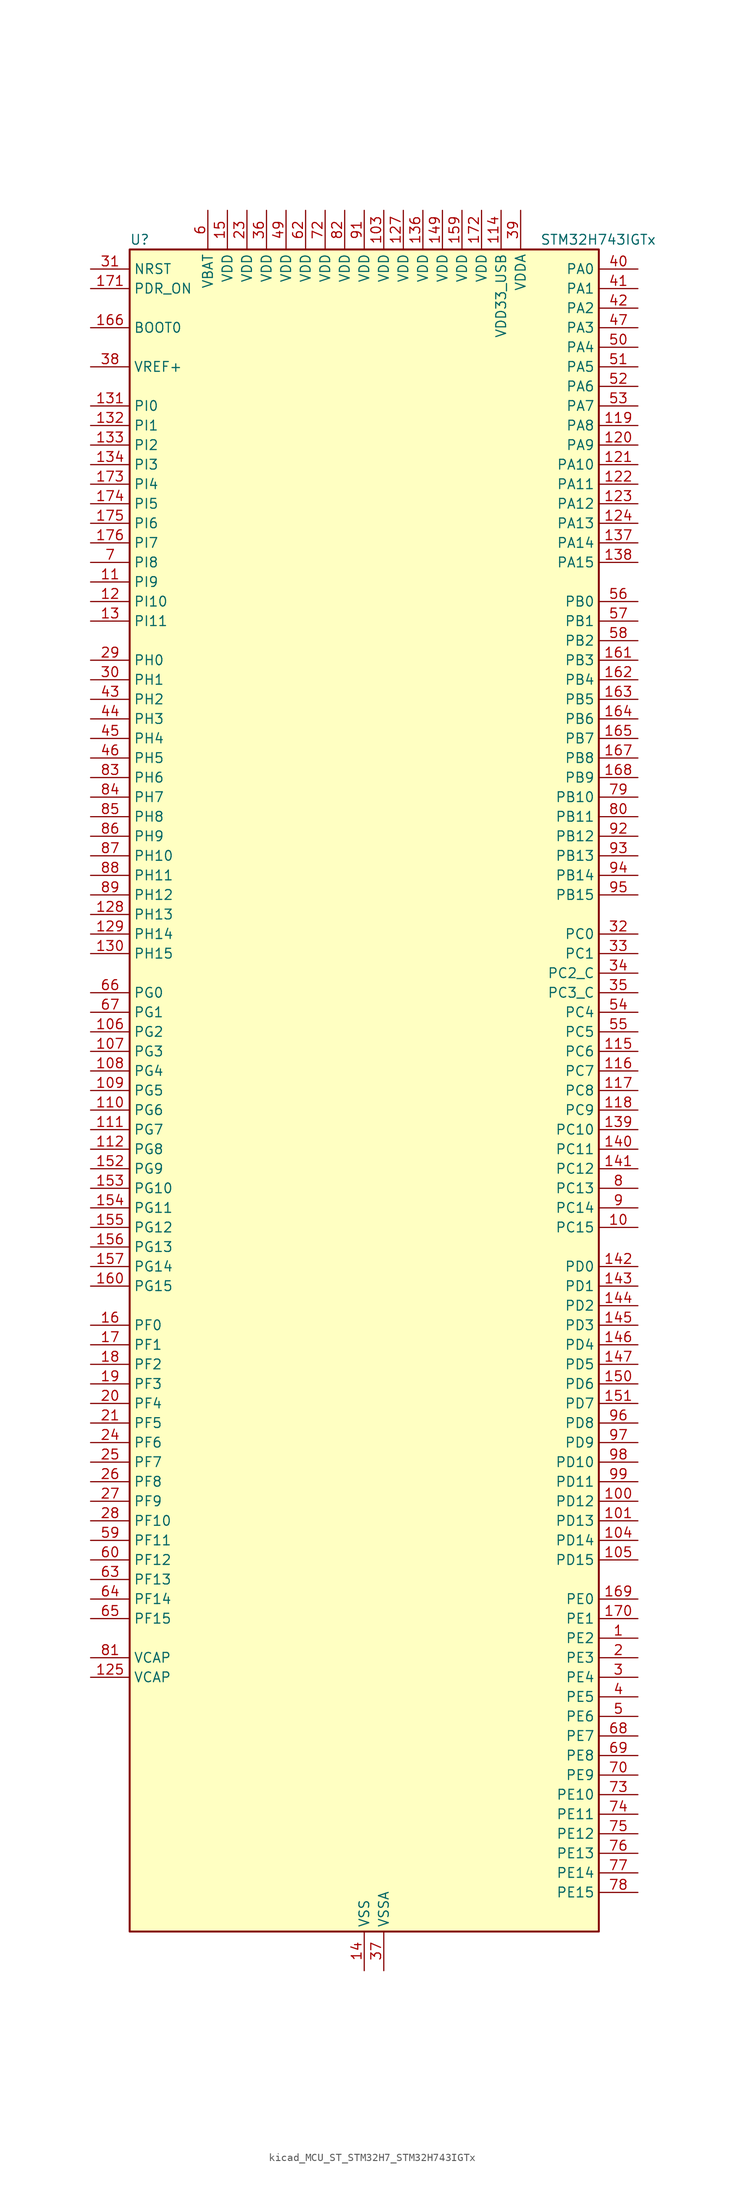
<source format=kicad_sym>
(kicad_symbol_lib
  (version 20220914)
  (generator kicad_symbol_editor)
  (symbol "kicad_MCU_ST_STM32H7_STM32H743IGTx"
    (property "Reference" "U"
      (at -30.48 110.49 0)
      (effects (font (size 1.27 1.27)) (justify left)))
    (property "Value" "STM32H743IGTx"
      (at 22.86 110.49 0)
      (effects (font (size 1.27 1.27)) (justify left)))
    (property "ki_locked" ""
      (at 0 0 0)
      (effects (font (size 1.27 1.27))))
    (symbol "kicad_MCU_ST_STM32H7_STM32H743IGTx_0_1"
      (rectangle (start -30.48 -109.22) (end 30.48 109.22) (stroke (width 0.254) (type default)) (fill (type background))))
    (symbol "kicad_MCU_ST_STM32H7_STM32H743IGTx_1_1"
      (pin bidirectional line (at 35.56 -71.12 180) (length 5.08) (name "PE2" (effects (font (size 1.27 1.27)))) (number "1" (effects (font (size 1.27 1.27)))) (alternate "DEBUG_TRACECLK" bidirectional line) (alternate "ETH_TXD3" bidirectional line) (alternate "FMC_A23" bidirectional line) (alternate "QUADSPI_BK1_IO2" bidirectional line) (alternate "SAI1_CK1" bidirectional line) (alternate "SAI1_MCLK_A" bidirectional line) (alternate "SAI4_CK1" bidirectional line) (alternate "SAI4_MCLK_A" bidirectional line) (alternate "SPI4_SCK" bidirectional line))
      (pin bidirectional line (at 35.56 -17.78 180) (length 5.08) (name "PC15" (effects (font (size 1.27 1.27)))) (number "10" (effects (font (size 1.27 1.27)))) (alternate "ADC1_EXTI15" bidirectional line) (alternate "ADC2_EXTI15" bidirectional line) (alternate "ADC3_EXTI15" bidirectional line) (alternate "RCC_OSC32_OUT" bidirectional line))
      (pin bidirectional line (at 35.56 -53.34 180) (length 5.08) (name "PD12" (effects (font (size 1.27 1.27)))) (number "100" (effects (font (size 1.27 1.27)))) (alternate "FMC_A17" bidirectional line) (alternate "FMC_ALE" bidirectional line) (alternate "I2C4_SCL" bidirectional line) (alternate "LPTIM1_IN1" bidirectional line) (alternate "LPTIM2_IN1" bidirectional line) (alternate "QUADSPI_BK1_IO1" bidirectional line) (alternate "SAI2_FS_A" bidirectional line) (alternate "TIM4_CH1" bidirectional line) (alternate "USART3_DE" bidirectional line) (alternate "USART3_RTS" bidirectional line))
      (pin bidirectional line (at 35.56 -55.88 180) (length 5.08) (name "PD13" (effects (font (size 1.27 1.27)))) (number "101" (effects (font (size 1.27 1.27)))) (alternate "FMC_A18" bidirectional line) (alternate "I2C4_SDA" bidirectional line) (alternate "LPTIM1_OUT" bidirectional line) (alternate "QUADSPI_BK1_IO3" bidirectional line) (alternate "SAI2_SCK_A" bidirectional line) (alternate "TIM4_CH2" bidirectional line))
      (pin passive line (at 0 -114.3 90) (length 5.08) hide (name "VSS" (effects (font (size 1.27 1.27)))) (number "102" (effects (font (size 1.27 1.27)))))
      (pin power_in line (at 2.54 114.3 270) (length 5.08) (name "VDD" (effects (font (size 1.27 1.27)))) (number "103" (effects (font (size 1.27 1.27)))))
      (pin bidirectional line (at 35.56 -58.42 180) (length 5.08) (name "PD14" (effects (font (size 1.27 1.27)))) (number "104" (effects (font (size 1.27 1.27)))) (alternate "FMC_D0" bidirectional line) (alternate "FMC_DA0" bidirectional line) (alternate "SAI3_MCLK_B" bidirectional line) (alternate "TIM4_CH3" bidirectional line) (alternate "UART8_CTS" bidirectional line))
      (pin bidirectional line (at 35.56 -60.96 180) (length 5.08) (name "PD15" (effects (font (size 1.27 1.27)))) (number "105" (effects (font (size 1.27 1.27)))) (alternate "ADC1_EXTI15" bidirectional line) (alternate "ADC2_EXTI15" bidirectional line) (alternate "ADC3_EXTI15" bidirectional line) (alternate "FMC_D1" bidirectional line) (alternate "FMC_DA1" bidirectional line) (alternate "SAI3_MCLK_A" bidirectional line) (alternate "TIM4_CH4" bidirectional line) (alternate "UART8_DE" bidirectional line) (alternate "UART8_RTS" bidirectional line))
      (pin bidirectional line (at -35.56 7.62 0) (length 5.08) (name "PG2" (effects (font (size 1.27 1.27)))) (number "106" (effects (font (size 1.27 1.27)))) (alternate "FMC_A12" bidirectional line) (alternate "TIM8_BKIN" bidirectional line) (alternate "TIM8_BKIN_COMP1" bidirectional line) (alternate "TIM8_BKIN_COMP2" bidirectional line))
      (pin bidirectional line (at -35.56 5.08 0) (length 5.08) (name "PG3" (effects (font (size 1.27 1.27)))) (number "107" (effects (font (size 1.27 1.27)))) (alternate "FMC_A13" bidirectional line) (alternate "TIM8_BKIN2" bidirectional line) (alternate "TIM8_BKIN2_COMP1" bidirectional line) (alternate "TIM8_BKIN2_COMP2" bidirectional line))
      (pin bidirectional line (at -35.56 2.54 0) (length 5.08) (name "PG4" (effects (font (size 1.27 1.27)))) (number "108" (effects (font (size 1.27 1.27)))) (alternate "FMC_A14" bidirectional line) (alternate "FMC_BA0" bidirectional line) (alternate "TIM1_BKIN2" bidirectional line) (alternate "TIM1_BKIN2_COMP1" bidirectional line) (alternate "TIM1_BKIN2_COMP2" bidirectional line))
      (pin bidirectional line (at -35.56 0 0) (length 5.08) (name "PG5" (effects (font (size 1.27 1.27)))) (number "109" (effects (font (size 1.27 1.27)))) (alternate "FMC_A15" bidirectional line) (alternate "FMC_BA1" bidirectional line) (alternate "TIM1_ETR" bidirectional line))
      (pin bidirectional line (at -35.56 66.04 0) (length 5.08) (name "PI9" (effects (font (size 1.27 1.27)))) (number "11" (effects (font (size 1.27 1.27)))) (alternate "DAC1_EXTI9" bidirectional line) (alternate "FDCAN1_RX" bidirectional line) (alternate "FMC_D30" bidirectional line) (alternate "LTDC_VSYNC" bidirectional line) (alternate "UART4_RX" bidirectional line))
      (pin bidirectional line (at -35.56 -2.54 0) (length 5.08) (name "PG6" (effects (font (size 1.27 1.27)))) (number "110" (effects (font (size 1.27 1.27)))) (alternate "DCMI_D12" bidirectional line) (alternate "FMC_NE3" bidirectional line) (alternate "HRTIM_CHE1" bidirectional line) (alternate "LTDC_R7" bidirectional line) (alternate "QUADSPI_BK1_NCS" bidirectional line) (alternate "TIM17_BKIN" bidirectional line))
      (pin bidirectional line (at -35.56 -5.08 0) (length 5.08) (name "PG7" (effects (font (size 1.27 1.27)))) (number "111" (effects (font (size 1.27 1.27)))) (alternate "DCMI_D13" bidirectional line) (alternate "FMC_INT" bidirectional line) (alternate "HRTIM_CHE2" bidirectional line) (alternate "LTDC_CLK" bidirectional line) (alternate "SAI1_MCLK_A" bidirectional line) (alternate "USART6_CK" bidirectional line))
      (pin bidirectional line (at -35.56 -7.62 0) (length 5.08) (name "PG8" (effects (font (size 1.27 1.27)))) (number "112" (effects (font (size 1.27 1.27)))) (alternate "ETH_PPS_OUT" bidirectional line) (alternate "FMC_SDCLK" bidirectional line) (alternate "LTDC_G7" bidirectional line) (alternate "SPDIFRX1_IN2" bidirectional line) (alternate "SPI6_NSS" bidirectional line) (alternate "TIM8_ETR" bidirectional line) (alternate "USART6_DE" bidirectional line) (alternate "USART6_RTS" bidirectional line))
      (pin passive line (at 0 -114.3 90) (length 5.08) hide (name "VSS" (effects (font (size 1.27 1.27)))) (number "113" (effects (font (size 1.27 1.27)))))
      (pin power_in line (at 17.78 114.3 270) (length 5.08) (name "VDD33_USB" (effects (font (size 1.27 1.27)))) (number "114" (effects (font (size 1.27 1.27)))))
      (pin bidirectional line (at 35.56 5.08 180) (length 5.08) (name "PC6" (effects (font (size 1.27 1.27)))) (number "115" (effects (font (size 1.27 1.27)))) (alternate "DCMI_D0" bidirectional line) (alternate "DFSDM1_CKIN3" bidirectional line) (alternate "FMC_NWAIT" bidirectional line) (alternate "HRTIM_CHA1" bidirectional line) (alternate "I2S2_MCK" bidirectional line) (alternate "LTDC_HSYNC" bidirectional line) (alternate "SDMMC1_D0DIR" bidirectional line) (alternate "SDMMC1_D6" bidirectional line) (alternate "SDMMC2_D6" bidirectional line) (alternate "SWPMI1_IO" bidirectional line) (alternate "TIM3_CH1" bidirectional line) (alternate "TIM8_CH1" bidirectional line) (alternate "USART6_TX" bidirectional line))
      (pin bidirectional line (at 35.56 2.54 180) (length 5.08) (name "PC7" (effects (font (size 1.27 1.27)))) (number "116" (effects (font (size 1.27 1.27)))) (alternate "DCMI_D1" bidirectional line) (alternate "DEBUG_TRGIO" bidirectional line) (alternate "DFSDM1_DATIN3" bidirectional line) (alternate "FMC_NE1" bidirectional line) (alternate "HRTIM_CHA2" bidirectional line) (alternate "I2S3_MCK" bidirectional line) (alternate "LTDC_G6" bidirectional line) (alternate "SDMMC1_D123DIR" bidirectional line) (alternate "SDMMC1_D7" bidirectional line) (alternate "SDMMC2_D7" bidirectional line) (alternate "SWPMI1_TX" bidirectional line) (alternate "TIM3_CH2" bidirectional line) (alternate "TIM8_CH2" bidirectional line) (alternate "USART6_RX" bidirectional line))
      (pin bidirectional line (at 35.56 0 180) (length 5.08) (name "PC8" (effects (font (size 1.27 1.27)))) (number "117" (effects (font (size 1.27 1.27)))) (alternate "DCMI_D2" bidirectional line) (alternate "DEBUG_TRACED1" bidirectional line) (alternate "FMC_NCE" bidirectional line) (alternate "FMC_NE2" bidirectional line) (alternate "HRTIM_CHB1" bidirectional line) (alternate "SDMMC1_D0" bidirectional line) (alternate "SWPMI1_RX" bidirectional line) (alternate "TIM3_CH3" bidirectional line) (alternate "TIM8_CH3" bidirectional line) (alternate "UART5_DE" bidirectional line) (alternate "UART5_RTS" bidirectional line) (alternate "USART6_CK" bidirectional line))
      (pin bidirectional line (at 35.56 -2.54 180) (length 5.08) (name "PC9" (effects (font (size 1.27 1.27)))) (number "118" (effects (font (size 1.27 1.27)))) (alternate "DAC1_EXTI9" bidirectional line) (alternate "DCMI_D3" bidirectional line) (alternate "I2C3_SDA" bidirectional line) (alternate "I2S_CKIN" bidirectional line) (alternate "LTDC_B2" bidirectional line) (alternate "LTDC_G3" bidirectional line) (alternate "QUADSPI_BK1_IO0" bidirectional line) (alternate "RCC_MCO_2" bidirectional line) (alternate "SDMMC1_D1" bidirectional line) (alternate "SWPMI1_SUSPEND" bidirectional line) (alternate "TIM3_CH4" bidirectional line) (alternate "TIM8_CH4" bidirectional line) (alternate "UART5_CTS" bidirectional line))
      (pin bidirectional line (at 35.56 86.36 180) (length 5.08) (name "PA8" (effects (font (size 1.27 1.27)))) (number "119" (effects (font (size 1.27 1.27)))) (alternate "HRTIM_CHB2" bidirectional line) (alternate "I2C3_SCL" bidirectional line) (alternate "LTDC_B3" bidirectional line) (alternate "LTDC_R6" bidirectional line) (alternate "RCC_MCO_1" bidirectional line) (alternate "TIM1_CH1" bidirectional line) (alternate "TIM8_BKIN2" bidirectional line) (alternate "TIM8_BKIN2_COMP1" bidirectional line) (alternate "TIM8_BKIN2_COMP2" bidirectional line) (alternate "UART7_RX" bidirectional line) (alternate "USART1_CK" bidirectional line) (alternate "USB_OTG_FS_SOF" bidirectional line))
      (pin bidirectional line (at -35.56 63.5 0) (length 5.08) (name "PI10" (effects (font (size 1.27 1.27)))) (number "12" (effects (font (size 1.27 1.27)))) (alternate "ETH_RX_ER" bidirectional line) (alternate "FMC_D31" bidirectional line) (alternate "LTDC_HSYNC" bidirectional line))
      (pin bidirectional line (at 35.56 83.82 180) (length 5.08) (name "PA9" (effects (font (size 1.27 1.27)))) (number "120" (effects (font (size 1.27 1.27)))) (alternate "DAC1_EXTI9" bidirectional line) (alternate "DCMI_D0" bidirectional line) (alternate "HRTIM_CHC1" bidirectional line) (alternate "I2C3_SMBA" bidirectional line) (alternate "I2S2_CK" bidirectional line) (alternate "LPUART1_TX" bidirectional line) (alternate "LTDC_R5" bidirectional line) (alternate "SPI2_SCK" bidirectional line) (alternate "TIM1_CH2" bidirectional line) (alternate "USART1_TX" bidirectional line) (alternate "USB_OTG_FS_VBUS" bidirectional line))
      (pin bidirectional line (at 35.56 81.28 180) (length 5.08) (name "PA10" (effects (font (size 1.27 1.27)))) (number "121" (effects (font (size 1.27 1.27)))) (alternate "DCMI_D1" bidirectional line) (alternate "HRTIM_CHC2" bidirectional line) (alternate "LPUART1_RX" bidirectional line) (alternate "LTDC_B1" bidirectional line) (alternate "LTDC_B4" bidirectional line) (alternate "MDIOS_MDIO" bidirectional line) (alternate "TIM1_CH3" bidirectional line) (alternate "USART1_RX" bidirectional line) (alternate "USB_OTG_FS_ID" bidirectional line))
      (pin bidirectional line (at 35.56 78.74 180) (length 5.08) (name "PA11" (effects (font (size 1.27 1.27)))) (number "122" (effects (font (size 1.27 1.27)))) (alternate "ADC1_EXTI11" bidirectional line) (alternate "ADC2_EXTI11" bidirectional line) (alternate "ADC3_EXTI11" bidirectional line) (alternate "FDCAN1_RX" bidirectional line) (alternate "HRTIM_CHD1" bidirectional line) (alternate "I2S2_WS" bidirectional line) (alternate "LPUART1_CTS" bidirectional line) (alternate "LTDC_R4" bidirectional line) (alternate "SPI2_NSS" bidirectional line) (alternate "TIM1_CH4" bidirectional line) (alternate "UART4_RX" bidirectional line) (alternate "USART1_CTS" bidirectional line) (alternate "USART1_NSS" bidirectional line) (alternate "USB_OTG_FS_DM" bidirectional line))
      (pin bidirectional line (at 35.56 76.2 180) (length 5.08) (name "PA12" (effects (font (size 1.27 1.27)))) (number "123" (effects (font (size 1.27 1.27)))) (alternate "FDCAN1_TX" bidirectional line) (alternate "HRTIM_CHD2" bidirectional line) (alternate "I2S2_CK" bidirectional line) (alternate "LPUART1_DE" bidirectional line) (alternate "LPUART1_RTS" bidirectional line) (alternate "LTDC_R5" bidirectional line) (alternate "SAI2_FS_B" bidirectional line) (alternate "SPI2_SCK" bidirectional line) (alternate "TIM1_ETR" bidirectional line) (alternate "UART4_TX" bidirectional line) (alternate "USART1_DE" bidirectional line) (alternate "USART1_RTS" bidirectional line) (alternate "USB_OTG_FS_DP" bidirectional line))
      (pin bidirectional line (at 35.56 73.66 180) (length 5.08) (name "PA13" (effects (font (size 1.27 1.27)))) (number "124" (effects (font (size 1.27 1.27)))) (alternate "DEBUG_JTMS-SWDIO" bidirectional line))
      (pin power_out line (at -35.56 -76.2 0) (length 5.08) (name "VCAP" (effects (font (size 1.27 1.27)))) (number "125" (effects (font (size 1.27 1.27)))))
      (pin passive line (at 0 -114.3 90) (length 5.08) hide (name "VSS" (effects (font (size 1.27 1.27)))) (number "126" (effects (font (size 1.27 1.27)))))
      (pin power_in line (at 5.08 114.3 270) (length 5.08) (name "VDD" (effects (font (size 1.27 1.27)))) (number "127" (effects (font (size 1.27 1.27)))))
      (pin bidirectional line (at -35.56 22.86 0) (length 5.08) (name "PH13" (effects (font (size 1.27 1.27)))) (number "128" (effects (font (size 1.27 1.27)))) (alternate "FDCAN1_TX" bidirectional line) (alternate "FMC_D21" bidirectional line) (alternate "LTDC_G2" bidirectional line) (alternate "TIM8_CH1N" bidirectional line) (alternate "UART4_TX" bidirectional line))
      (pin bidirectional line (at -35.56 20.32 0) (length 5.08) (name "PH14" (effects (font (size 1.27 1.27)))) (number "129" (effects (font (size 1.27 1.27)))) (alternate "DCMI_D4" bidirectional line) (alternate "FDCAN1_RX" bidirectional line) (alternate "FMC_D22" bidirectional line) (alternate "LTDC_G3" bidirectional line) (alternate "TIM8_CH2N" bidirectional line) (alternate "UART4_RX" bidirectional line))
      (pin bidirectional line (at -35.56 60.96 0) (length 5.08) (name "PI11" (effects (font (size 1.27 1.27)))) (number "13" (effects (font (size 1.27 1.27)))) (alternate "ADC1_EXTI11" bidirectional line) (alternate "ADC2_EXTI11" bidirectional line) (alternate "ADC3_EXTI11" bidirectional line) (alternate "LTDC_G6" bidirectional line) (alternate "PWR_WKUP4" bidirectional line) (alternate "USB_OTG_HS_ULPI_DIR" bidirectional line))
      (pin bidirectional line (at -35.56 17.78 0) (length 5.08) (name "PH15" (effects (font (size 1.27 1.27)))) (number "130" (effects (font (size 1.27 1.27)))) (alternate "ADC1_EXTI15" bidirectional line) (alternate "ADC2_EXTI15" bidirectional line) (alternate "ADC3_EXTI15" bidirectional line) (alternate "DCMI_D11" bidirectional line) (alternate "FMC_D23" bidirectional line) (alternate "LTDC_G4" bidirectional line) (alternate "TIM8_CH3N" bidirectional line))
      (pin bidirectional line (at -35.56 88.9 0) (length 5.08) (name "PI0" (effects (font (size 1.27 1.27)))) (number "131" (effects (font (size 1.27 1.27)))) (alternate "DCMI_D13" bidirectional line) (alternate "FMC_D24" bidirectional line) (alternate "I2S2_WS" bidirectional line) (alternate "LTDC_G5" bidirectional line) (alternate "SPI2_NSS" bidirectional line) (alternate "TIM5_CH4" bidirectional line))
      (pin bidirectional line (at -35.56 86.36 0) (length 5.08) (name "PI1" (effects (font (size 1.27 1.27)))) (number "132" (effects (font (size 1.27 1.27)))) (alternate "DCMI_D8" bidirectional line) (alternate "FMC_D25" bidirectional line) (alternate "I2S2_CK" bidirectional line) (alternate "LTDC_G6" bidirectional line) (alternate "SPI2_SCK" bidirectional line) (alternate "TIM8_BKIN2" bidirectional line) (alternate "TIM8_BKIN2_COMP1" bidirectional line) (alternate "TIM8_BKIN2_COMP2" bidirectional line))
      (pin bidirectional line (at -35.56 83.82 0) (length 5.08) (name "PI2" (effects (font (size 1.27 1.27)))) (number "133" (effects (font (size 1.27 1.27)))) (alternate "DCMI_D9" bidirectional line) (alternate "FMC_D26" bidirectional line) (alternate "I2S2_SDI" bidirectional line) (alternate "LTDC_G7" bidirectional line) (alternate "SPI2_MISO" bidirectional line) (alternate "TIM8_CH4" bidirectional line))
      (pin bidirectional line (at -35.56 81.28 0) (length 5.08) (name "PI3" (effects (font (size 1.27 1.27)))) (number "134" (effects (font (size 1.27 1.27)))) (alternate "DCMI_D10" bidirectional line) (alternate "FMC_D27" bidirectional line) (alternate "I2S2_SDO" bidirectional line) (alternate "SPI2_MOSI" bidirectional line) (alternate "TIM8_ETR" bidirectional line))
      (pin passive line (at 0 -114.3 90) (length 5.08) hide (name "VSS" (effects (font (size 1.27 1.27)))) (number "135" (effects (font (size 1.27 1.27)))))
      (pin power_in line (at 7.62 114.3 270) (length 5.08) (name "VDD" (effects (font (size 1.27 1.27)))) (number "136" (effects (font (size 1.27 1.27)))))
      (pin bidirectional line (at 35.56 71.12 180) (length 5.08) (name "PA14" (effects (font (size 1.27 1.27)))) (number "137" (effects (font (size 1.27 1.27)))) (alternate "DEBUG_JTCK-SWCLK" bidirectional line))
      (pin bidirectional line (at 35.56 68.58 180) (length 5.08) (name "PA15" (effects (font (size 1.27 1.27)))) (number "138" (effects (font (size 1.27 1.27)))) (alternate "ADC1_EXTI15" bidirectional line) (alternate "ADC2_EXTI15" bidirectional line) (alternate "ADC3_EXTI15" bidirectional line) (alternate "CEC" bidirectional line) (alternate "DEBUG_JTDI" bidirectional line) (alternate "HRTIM_FLT1" bidirectional line) (alternate "I2S1_WS" bidirectional line) (alternate "I2S3_WS" bidirectional line) (alternate "SPI1_NSS" bidirectional line) (alternate "SPI3_NSS" bidirectional line) (alternate "SPI6_NSS" bidirectional line) (alternate "TIM2_CH1" bidirectional line) (alternate "TIM2_ETR" bidirectional line) (alternate "UART4_DE" bidirectional line) (alternate "UART4_RTS" bidirectional line) (alternate "UART7_TX" bidirectional line))
      (pin bidirectional line (at 35.56 -5.08 180) (length 5.08) (name "PC10" (effects (font (size 1.27 1.27)))) (number "139" (effects (font (size 1.27 1.27)))) (alternate "DCMI_D8" bidirectional line) (alternate "DFSDM1_CKIN5" bidirectional line) (alternate "HRTIM_EEV1" bidirectional line) (alternate "I2S3_CK" bidirectional line) (alternate "LTDC_R2" bidirectional line) (alternate "QUADSPI_BK1_IO1" bidirectional line) (alternate "SDMMC1_D2" bidirectional line) (alternate "SPI3_SCK" bidirectional line) (alternate "UART4_TX" bidirectional line) (alternate "USART3_TX" bidirectional line))
      (pin power_in line (at 0 -114.3 90) (length 5.08) (name "VSS" (effects (font (size 1.27 1.27)))) (number "14" (effects (font (size 1.27 1.27)))))
      (pin bidirectional line (at 35.56 -7.62 180) (length 5.08) (name "PC11" (effects (font (size 1.27 1.27)))) (number "140" (effects (font (size 1.27 1.27)))) (alternate "ADC1_EXTI11" bidirectional line) (alternate "ADC2_EXTI11" bidirectional line) (alternate "ADC3_EXTI11" bidirectional line) (alternate "DCMI_D4" bidirectional line) (alternate "DFSDM1_DATIN5" bidirectional line) (alternate "HRTIM_FLT2" bidirectional line) (alternate "I2S3_SDI" bidirectional line) (alternate "QUADSPI_BK2_NCS" bidirectional line) (alternate "SDMMC1_D3" bidirectional line) (alternate "SPI3_MISO" bidirectional line) (alternate "UART4_RX" bidirectional line) (alternate "USART3_RX" bidirectional line))
      (pin bidirectional line (at 35.56 -10.16 180) (length 5.08) (name "PC12" (effects (font (size 1.27 1.27)))) (number "141" (effects (font (size 1.27 1.27)))) (alternate "DCMI_D9" bidirectional line) (alternate "DEBUG_TRACED3" bidirectional line) (alternate "HRTIM_EEV2" bidirectional line) (alternate "I2S3_SDO" bidirectional line) (alternate "SDMMC1_CK" bidirectional line) (alternate "SPI3_MOSI" bidirectional line) (alternate "UART5_TX" bidirectional line) (alternate "USART3_CK" bidirectional line))
      (pin bidirectional line (at 35.56 -22.86 180) (length 5.08) (name "PD0" (effects (font (size 1.27 1.27)))) (number "142" (effects (font (size 1.27 1.27)))) (alternate "DFSDM1_CKIN6" bidirectional line) (alternate "FDCAN1_RX" bidirectional line) (alternate "FMC_D2" bidirectional line) (alternate "FMC_DA2" bidirectional line) (alternate "SAI3_SCK_A" bidirectional line) (alternate "UART4_RX" bidirectional line))
      (pin bidirectional line (at 35.56 -25.4 180) (length 5.08) (name "PD1" (effects (font (size 1.27 1.27)))) (number "143" (effects (font (size 1.27 1.27)))) (alternate "DFSDM1_DATIN6" bidirectional line) (alternate "FDCAN1_TX" bidirectional line) (alternate "FMC_D3" bidirectional line) (alternate "FMC_DA3" bidirectional line) (alternate "SAI3_SD_A" bidirectional line) (alternate "UART4_TX" bidirectional line))
      (pin bidirectional line (at 35.56 -27.94 180) (length 5.08) (name "PD2" (effects (font (size 1.27 1.27)))) (number "144" (effects (font (size 1.27 1.27)))) (alternate "DCMI_D11" bidirectional line) (alternate "DEBUG_TRACED2" bidirectional line) (alternate "SDMMC1_CMD" bidirectional line) (alternate "TIM3_ETR" bidirectional line) (alternate "UART5_RX" bidirectional line))
      (pin bidirectional line (at 35.56 -30.48 180) (length 5.08) (name "PD3" (effects (font (size 1.27 1.27)))) (number "145" (effects (font (size 1.27 1.27)))) (alternate "DCMI_D5" bidirectional line) (alternate "DFSDM1_CKOUT" bidirectional line) (alternate "FMC_CLK" bidirectional line) (alternate "I2S2_CK" bidirectional line) (alternate "LTDC_G7" bidirectional line) (alternate "SPI2_SCK" bidirectional line) (alternate "USART2_CTS" bidirectional line) (alternate "USART2_NSS" bidirectional line))
      (pin bidirectional line (at 35.56 -33.02 180) (length 5.08) (name "PD4" (effects (font (size 1.27 1.27)))) (number "146" (effects (font (size 1.27 1.27)))) (alternate "FMC_NOE" bidirectional line) (alternate "HRTIM_FLT3" bidirectional line) (alternate "SAI3_FS_A" bidirectional line) (alternate "USART2_DE" bidirectional line) (alternate "USART2_RTS" bidirectional line))
      (pin bidirectional line (at 35.56 -35.56 180) (length 5.08) (name "PD5" (effects (font (size 1.27 1.27)))) (number "147" (effects (font (size 1.27 1.27)))) (alternate "FMC_NWE" bidirectional line) (alternate "HRTIM_EEV3" bidirectional line) (alternate "USART2_TX" bidirectional line))
      (pin passive line (at 0 -114.3 90) (length 5.08) hide (name "VSS" (effects (font (size 1.27 1.27)))) (number "148" (effects (font (size 1.27 1.27)))))
      (pin power_in line (at 10.16 114.3 270) (length 5.08) (name "VDD" (effects (font (size 1.27 1.27)))) (number "149" (effects (font (size 1.27 1.27)))))
      (pin power_in line (at -17.78 114.3 270) (length 5.08) (name "VDD" (effects (font (size 1.27 1.27)))) (number "15" (effects (font (size 1.27 1.27)))))
      (pin bidirectional line (at 35.56 -38.1 180) (length 5.08) (name "PD6" (effects (font (size 1.27 1.27)))) (number "150" (effects (font (size 1.27 1.27)))) (alternate "DCMI_D10" bidirectional line) (alternate "DFSDM1_CKIN4" bidirectional line) (alternate "DFSDM1_DATIN1" bidirectional line) (alternate "FMC_NWAIT" bidirectional line) (alternate "I2S3_SDO" bidirectional line) (alternate "LTDC_B2" bidirectional line) (alternate "SAI1_D1" bidirectional line) (alternate "SAI1_SD_A" bidirectional line) (alternate "SAI4_D1" bidirectional line) (alternate "SAI4_SD_A" bidirectional line) (alternate "SDMMC2_CK" bidirectional line) (alternate "SPI3_MOSI" bidirectional line) (alternate "USART2_RX" bidirectional line))
      (pin bidirectional line (at 35.56 -40.64 180) (length 5.08) (name "PD7" (effects (font (size 1.27 1.27)))) (number "151" (effects (font (size 1.27 1.27)))) (alternate "DFSDM1_CKIN1" bidirectional line) (alternate "DFSDM1_DATIN4" bidirectional line) (alternate "FMC_NE1" bidirectional line) (alternate "I2S1_SDO" bidirectional line) (alternate "SDMMC2_CMD" bidirectional line) (alternate "SPDIFRX1_IN0" bidirectional line) (alternate "SPI1_MOSI" bidirectional line) (alternate "USART2_CK" bidirectional line))
      (pin bidirectional line (at -35.56 -10.16 0) (length 5.08) (name "PG9" (effects (font (size 1.27 1.27)))) (number "152" (effects (font (size 1.27 1.27)))) (alternate "DAC1_EXTI9" bidirectional line) (alternate "DCMI_VSYNC" bidirectional line) (alternate "FMC_NCE" bidirectional line) (alternate "FMC_NE2" bidirectional line) (alternate "I2S1_SDI" bidirectional line) (alternate "QUADSPI_BK2_IO2" bidirectional line) (alternate "SAI2_FS_B" bidirectional line) (alternate "SPDIFRX1_IN3" bidirectional line) (alternate "SPI1_MISO" bidirectional line) (alternate "USART6_RX" bidirectional line))
      (pin bidirectional line (at -35.56 -12.7 0) (length 5.08) (name "PG10" (effects (font (size 1.27 1.27)))) (number "153" (effects (font (size 1.27 1.27)))) (alternate "DCMI_D2" bidirectional line) (alternate "FMC_NE3" bidirectional line) (alternate "HRTIM_FLT5" bidirectional line) (alternate "I2S1_WS" bidirectional line) (alternate "LTDC_B2" bidirectional line) (alternate "LTDC_G3" bidirectional line) (alternate "SAI2_SD_B" bidirectional line) (alternate "SPI1_NSS" bidirectional line))
      (pin bidirectional line (at -35.56 -15.24 0) (length 5.08) (name "PG11" (effects (font (size 1.27 1.27)))) (number "154" (effects (font (size 1.27 1.27)))) (alternate "ADC1_EXTI11" bidirectional line) (alternate "ADC2_EXTI11" bidirectional line) (alternate "ADC3_EXTI11" bidirectional line) (alternate "DCMI_D3" bidirectional line) (alternate "ETH_TX_EN" bidirectional line) (alternate "HRTIM_EEV4" bidirectional line) (alternate "I2S1_CK" bidirectional line) (alternate "LPTIM1_IN2" bidirectional line) (alternate "LTDC_B3" bidirectional line) (alternate "SDMMC2_D2" bidirectional line) (alternate "SPDIFRX1_IN0" bidirectional line) (alternate "SPI1_SCK" bidirectional line))
      (pin bidirectional line (at -35.56 -17.78 0) (length 5.08) (name "PG12" (effects (font (size 1.27 1.27)))) (number "155" (effects (font (size 1.27 1.27)))) (alternate "ETH_TXD1" bidirectional line) (alternate "FMC_NE4" bidirectional line) (alternate "HRTIM_EEV5" bidirectional line) (alternate "LPTIM1_IN1" bidirectional line) (alternate "LTDC_B1" bidirectional line) (alternate "LTDC_B4" bidirectional line) (alternate "SPDIFRX1_IN1" bidirectional line) (alternate "SPI6_MISO" bidirectional line) (alternate "USART6_DE" bidirectional line) (alternate "USART6_RTS" bidirectional line))
      (pin bidirectional line (at -35.56 -20.32 0) (length 5.08) (name "PG13" (effects (font (size 1.27 1.27)))) (number "156" (effects (font (size 1.27 1.27)))) (alternate "DEBUG_TRACED0" bidirectional line) (alternate "ETH_TXD0" bidirectional line) (alternate "FMC_A24" bidirectional line) (alternate "HRTIM_EEV10" bidirectional line) (alternate "LPTIM1_OUT" bidirectional line) (alternate "LTDC_R0" bidirectional line) (alternate "SPI6_SCK" bidirectional line) (alternate "USART6_CTS" bidirectional line) (alternate "USART6_NSS" bidirectional line))
      (pin bidirectional line (at -35.56 -22.86 0) (length 5.08) (name "PG14" (effects (font (size 1.27 1.27)))) (number "157" (effects (font (size 1.27 1.27)))) (alternate "DEBUG_TRACED1" bidirectional line) (alternate "ETH_TXD1" bidirectional line) (alternate "FMC_A25" bidirectional line) (alternate "LPTIM1_ETR" bidirectional line) (alternate "LTDC_B0" bidirectional line) (alternate "QUADSPI_BK2_IO3" bidirectional line) (alternate "SPI6_MOSI" bidirectional line) (alternate "USART6_TX" bidirectional line))
      (pin passive line (at 0 -114.3 90) (length 5.08) hide (name "VSS" (effects (font (size 1.27 1.27)))) (number "158" (effects (font (size 1.27 1.27)))))
      (pin power_in line (at 12.7 114.3 270) (length 5.08) (name "VDD" (effects (font (size 1.27 1.27)))) (number "159" (effects (font (size 1.27 1.27)))))
      (pin bidirectional line (at -35.56 -30.48 0) (length 5.08) (name "PF0" (effects (font (size 1.27 1.27)))) (number "16" (effects (font (size 1.27 1.27)))) (alternate "FMC_A0" bidirectional line) (alternate "I2C2_SDA" bidirectional line))
      (pin bidirectional line (at -35.56 -25.4 0) (length 5.08) (name "PG15" (effects (font (size 1.27 1.27)))) (number "160" (effects (font (size 1.27 1.27)))) (alternate "ADC1_EXTI15" bidirectional line) (alternate "ADC2_EXTI15" bidirectional line) (alternate "ADC3_EXTI15" bidirectional line) (alternate "DCMI_D13" bidirectional line) (alternate "FMC_SDNCAS" bidirectional line) (alternate "USART6_CTS" bidirectional line) (alternate "USART6_NSS" bidirectional line))
      (pin bidirectional line (at 35.56 55.88 180) (length 5.08) (name "PB3" (effects (font (size 1.27 1.27)))) (number "161" (effects (font (size 1.27 1.27)))) (alternate "CRS_SYNC" bidirectional line) (alternate "DEBUG_JTDO-SWO" bidirectional line) (alternate "HRTIM_FLT4" bidirectional line) (alternate "I2S1_CK" bidirectional line) (alternate "I2S3_CK" bidirectional line) (alternate "SDMMC2_D2" bidirectional line) (alternate "SPI1_SCK" bidirectional line) (alternate "SPI3_SCK" bidirectional line) (alternate "SPI6_SCK" bidirectional line) (alternate "TIM2_CH2" bidirectional line) (alternate "UART7_RX" bidirectional line))
      (pin bidirectional line (at 35.56 53.34 180) (length 5.08) (name "PB4" (effects (font (size 1.27 1.27)))) (number "162" (effects (font (size 1.27 1.27)))) (alternate "DEBUG_JTRST" bidirectional line) (alternate "HRTIM_EEV6" bidirectional line) (alternate "I2S1_SDI" bidirectional line) (alternate "I2S2_WS" bidirectional line) (alternate "I2S3_SDI" bidirectional line) (alternate "SDMMC2_D3" bidirectional line) (alternate "SPI1_MISO" bidirectional line) (alternate "SPI2_NSS" bidirectional line) (alternate "SPI3_MISO" bidirectional line) (alternate "SPI6_MISO" bidirectional line) (alternate "TIM16_BKIN" bidirectional line) (alternate "TIM3_CH1" bidirectional line) (alternate "UART7_TX" bidirectional line))
      (pin bidirectional line (at 35.56 50.8 180) (length 5.08) (name "PB5" (effects (font (size 1.27 1.27)))) (number "163" (effects (font (size 1.27 1.27)))) (alternate "DCMI_D10" bidirectional line) (alternate "ETH_PPS_OUT" bidirectional line) (alternate "FDCAN2_RX" bidirectional line) (alternate "FMC_SDCKE1" bidirectional line) (alternate "HRTIM_EEV7" bidirectional line) (alternate "I2C1_SMBA" bidirectional line) (alternate "I2C4_SMBA" bidirectional line) (alternate "I2S1_SDO" bidirectional line) (alternate "I2S3_SDO" bidirectional line) (alternate "SPI1_MOSI" bidirectional line) (alternate "SPI3_MOSI" bidirectional line) (alternate "SPI6_MOSI" bidirectional line) (alternate "TIM17_BKIN" bidirectional line) (alternate "TIM3_CH2" bidirectional line) (alternate "UART5_RX" bidirectional line) (alternate "USB_OTG_HS_ULPI_D7" bidirectional line))
      (pin bidirectional line (at 35.56 48.26 180) (length 5.08) (name "PB6" (effects (font (size 1.27 1.27)))) (number "164" (effects (font (size 1.27 1.27)))) (alternate "CEC" bidirectional line) (alternate "DCMI_D5" bidirectional line) (alternate "DFSDM1_DATIN5" bidirectional line) (alternate "FDCAN2_TX" bidirectional line) (alternate "FMC_SDNE1" bidirectional line) (alternate "HRTIM_EEV8" bidirectional line) (alternate "I2C1_SCL" bidirectional line) (alternate "I2C4_SCL" bidirectional line) (alternate "LPUART1_TX" bidirectional line) (alternate "QUADSPI_BK1_NCS" bidirectional line) (alternate "TIM16_CH1N" bidirectional line) (alternate "TIM4_CH1" bidirectional line) (alternate "UART5_TX" bidirectional line) (alternate "USART1_TX" bidirectional line))
      (pin bidirectional line (at 35.56 45.72 180) (length 5.08) (name "PB7" (effects (font (size 1.27 1.27)))) (number "165" (effects (font (size 1.27 1.27)))) (alternate "DCMI_VSYNC" bidirectional line) (alternate "DFSDM1_CKIN5" bidirectional line) (alternate "FMC_NL" bidirectional line) (alternate "HRTIM_EEV9" bidirectional line) (alternate "I2C1_SDA" bidirectional line) (alternate "I2C4_SDA" bidirectional line) (alternate "LPUART1_RX" bidirectional line) (alternate "PWR_PVD_IN" bidirectional line) (alternate "TIM17_CH1N" bidirectional line) (alternate "TIM4_CH2" bidirectional line) (alternate "USART1_RX" bidirectional line))
      (pin input line (at -35.56 99.06 0) (length 5.08) (name "BOOT0" (effects (font (size 1.27 1.27)))) (number "166" (effects (font (size 1.27 1.27)))))
      (pin bidirectional line (at 35.56 43.18 180) (length 5.08) (name "PB8" (effects (font (size 1.27 1.27)))) (number "167" (effects (font (size 1.27 1.27)))) (alternate "DCMI_D6" bidirectional line) (alternate "DFSDM1_CKIN7" bidirectional line) (alternate "ETH_TXD3" bidirectional line) (alternate "FDCAN1_RX" bidirectional line) (alternate "I2C1_SCL" bidirectional line) (alternate "I2C4_SCL" bidirectional line) (alternate "LTDC_B6" bidirectional line) (alternate "SDMMC1_CKIN" bidirectional line) (alternate "SDMMC1_D4" bidirectional line) (alternate "SDMMC2_D4" bidirectional line) (alternate "TIM16_CH1" bidirectional line) (alternate "TIM4_CH3" bidirectional line) (alternate "UART4_RX" bidirectional line))
      (pin bidirectional line (at 35.56 40.64 180) (length 5.08) (name "PB9" (effects (font (size 1.27 1.27)))) (number "168" (effects (font (size 1.27 1.27)))) (alternate "DAC1_EXTI9" bidirectional line) (alternate "DCMI_D7" bidirectional line) (alternate "DFSDM1_DATIN7" bidirectional line) (alternate "FDCAN1_TX" bidirectional line) (alternate "I2C1_SDA" bidirectional line) (alternate "I2C4_SDA" bidirectional line) (alternate "I2C4_SMBA" bidirectional line) (alternate "I2S2_WS" bidirectional line) (alternate "LTDC_B7" bidirectional line) (alternate "SDMMC1_CDIR" bidirectional line) (alternate "SDMMC1_D5" bidirectional line) (alternate "SDMMC2_D5" bidirectional line) (alternate "SPI2_NSS" bidirectional line) (alternate "TIM17_CH1" bidirectional line) (alternate "TIM4_CH4" bidirectional line) (alternate "UART4_TX" bidirectional line))
      (pin bidirectional line (at 35.56 -66.04 180) (length 5.08) (name "PE0" (effects (font (size 1.27 1.27)))) (number "169" (effects (font (size 1.27 1.27)))) (alternate "DCMI_D2" bidirectional line) (alternate "FMC_NBL0" bidirectional line) (alternate "HRTIM_SCIN" bidirectional line) (alternate "LPTIM1_ETR" bidirectional line) (alternate "LPTIM2_ETR" bidirectional line) (alternate "SAI2_MCLK_A" bidirectional line) (alternate "TIM4_ETR" bidirectional line) (alternate "UART8_RX" bidirectional line))
      (pin bidirectional line (at -35.56 -33.02 0) (length 5.08) (name "PF1" (effects (font (size 1.27 1.27)))) (number "17" (effects (font (size 1.27 1.27)))) (alternate "FMC_A1" bidirectional line) (alternate "I2C2_SCL" bidirectional line))
      (pin bidirectional line (at 35.56 -68.58 180) (length 5.08) (name "PE1" (effects (font (size 1.27 1.27)))) (number "170" (effects (font (size 1.27 1.27)))) (alternate "DCMI_D3" bidirectional line) (alternate "FMC_NBL1" bidirectional line) (alternate "HRTIM_SCOUT" bidirectional line) (alternate "LPTIM1_IN2" bidirectional line) (alternate "UART8_TX" bidirectional line))
      (pin input line (at -35.56 104.14 0) (length 5.08) (name "PDR_ON" (effects (font (size 1.27 1.27)))) (number "171" (effects (font (size 1.27 1.27)))))
      (pin power_in line (at 15.24 114.3 270) (length 5.08) (name "VDD" (effects (font (size 1.27 1.27)))) (number "172" (effects (font (size 1.27 1.27)))))
      (pin bidirectional line (at -35.56 78.74 0) (length 5.08) (name "PI4" (effects (font (size 1.27 1.27)))) (number "173" (effects (font (size 1.27 1.27)))) (alternate "DCMI_D5" bidirectional line) (alternate "FMC_NBL2" bidirectional line) (alternate "LTDC_B4" bidirectional line) (alternate "SAI2_MCLK_A" bidirectional line) (alternate "TIM8_BKIN" bidirectional line) (alternate "TIM8_BKIN_COMP1" bidirectional line) (alternate "TIM8_BKIN_COMP2" bidirectional line))
      (pin bidirectional line (at -35.56 76.2 0) (length 5.08) (name "PI5" (effects (font (size 1.27 1.27)))) (number "174" (effects (font (size 1.27 1.27)))) (alternate "DCMI_VSYNC" bidirectional line) (alternate "FMC_NBL3" bidirectional line) (alternate "LTDC_B5" bidirectional line) (alternate "SAI2_SCK_A" bidirectional line) (alternate "TIM8_CH1" bidirectional line))
      (pin bidirectional line (at -35.56 73.66 0) (length 5.08) (name "PI6" (effects (font (size 1.27 1.27)))) (number "175" (effects (font (size 1.27 1.27)))) (alternate "DCMI_D6" bidirectional line) (alternate "FMC_D28" bidirectional line) (alternate "LTDC_B6" bidirectional line) (alternate "SAI2_SD_A" bidirectional line) (alternate "TIM8_CH2" bidirectional line))
      (pin bidirectional line (at -35.56 71.12 0) (length 5.08) (name "PI7" (effects (font (size 1.27 1.27)))) (number "176" (effects (font (size 1.27 1.27)))) (alternate "DCMI_D7" bidirectional line) (alternate "FMC_D29" bidirectional line) (alternate "LTDC_B7" bidirectional line) (alternate "SAI2_FS_A" bidirectional line) (alternate "TIM8_CH3" bidirectional line))
      (pin bidirectional line (at -35.56 -35.56 0) (length 5.08) (name "PF2" (effects (font (size 1.27 1.27)))) (number "18" (effects (font (size 1.27 1.27)))) (alternate "FMC_A2" bidirectional line) (alternate "I2C2_SMBA" bidirectional line))
      (pin bidirectional line (at -35.56 -38.1 0) (length 5.08) (name "PF3" (effects (font (size 1.27 1.27)))) (number "19" (effects (font (size 1.27 1.27)))) (alternate "ADC3_INP5" bidirectional line) (alternate "FMC_A3" bidirectional line))
      (pin bidirectional line (at 35.56 -73.66 180) (length 5.08) (name "PE3" (effects (font (size 1.27 1.27)))) (number "2" (effects (font (size 1.27 1.27)))) (alternate "DEBUG_TRACED0" bidirectional line) (alternate "FMC_A19" bidirectional line) (alternate "SAI1_SD_B" bidirectional line) (alternate "SAI4_SD_B" bidirectional line) (alternate "TIM15_BKIN" bidirectional line))
      (pin bidirectional line (at -35.56 -40.64 0) (length 5.08) (name "PF4" (effects (font (size 1.27 1.27)))) (number "20" (effects (font (size 1.27 1.27)))) (alternate "ADC3_INN5" bidirectional line) (alternate "ADC3_INP9" bidirectional line) (alternate "FMC_A4" bidirectional line))
      (pin bidirectional line (at -35.56 -43.18 0) (length 5.08) (name "PF5" (effects (font (size 1.27 1.27)))) (number "21" (effects (font (size 1.27 1.27)))) (alternate "ADC3_INP4" bidirectional line) (alternate "FMC_A5" bidirectional line))
      (pin passive line (at 0 -114.3 90) (length 5.08) hide (name "VSS" (effects (font (size 1.27 1.27)))) (number "22" (effects (font (size 1.27 1.27)))))
      (pin power_in line (at -15.24 114.3 270) (length 5.08) (name "VDD" (effects (font (size 1.27 1.27)))) (number "23" (effects (font (size 1.27 1.27)))))
      (pin bidirectional line (at -35.56 -45.72 0) (length 5.08) (name "PF6" (effects (font (size 1.27 1.27)))) (number "24" (effects (font (size 1.27 1.27)))) (alternate "ADC3_INN4" bidirectional line) (alternate "ADC3_INP8" bidirectional line) (alternate "QUADSPI_BK1_IO3" bidirectional line) (alternate "SAI1_SD_B" bidirectional line) (alternate "SAI4_SD_B" bidirectional line) (alternate "SPI5_NSS" bidirectional line) (alternate "TIM16_CH1" bidirectional line) (alternate "UART7_RX" bidirectional line))
      (pin bidirectional line (at -35.56 -48.26 0) (length 5.08) (name "PF7" (effects (font (size 1.27 1.27)))) (number "25" (effects (font (size 1.27 1.27)))) (alternate "ADC3_INP3" bidirectional line) (alternate "QUADSPI_BK1_IO2" bidirectional line) (alternate "SAI1_MCLK_B" bidirectional line) (alternate "SAI4_MCLK_B" bidirectional line) (alternate "SPI5_SCK" bidirectional line) (alternate "TIM17_CH1" bidirectional line) (alternate "UART7_TX" bidirectional line))
      (pin bidirectional line (at -35.56 -50.8 0) (length 5.08) (name "PF8" (effects (font (size 1.27 1.27)))) (number "26" (effects (font (size 1.27 1.27)))) (alternate "ADC3_INN3" bidirectional line) (alternate "ADC3_INP7" bidirectional line) (alternate "QUADSPI_BK1_IO0" bidirectional line) (alternate "SAI1_SCK_B" bidirectional line) (alternate "SAI4_SCK_B" bidirectional line) (alternate "SPI5_MISO" bidirectional line) (alternate "TIM13_CH1" bidirectional line) (alternate "TIM16_CH1N" bidirectional line) (alternate "UART7_DE" bidirectional line) (alternate "UART7_RTS" bidirectional line))
      (pin bidirectional line (at -35.56 -53.34 0) (length 5.08) (name "PF9" (effects (font (size 1.27 1.27)))) (number "27" (effects (font (size 1.27 1.27)))) (alternate "ADC3_INP2" bidirectional line) (alternate "DAC1_EXTI9" bidirectional line) (alternate "QUADSPI_BK1_IO1" bidirectional line) (alternate "SAI1_FS_B" bidirectional line) (alternate "SAI4_FS_B" bidirectional line) (alternate "SPI5_MOSI" bidirectional line) (alternate "TIM14_CH1" bidirectional line) (alternate "TIM17_CH1N" bidirectional line) (alternate "UART7_CTS" bidirectional line))
      (pin bidirectional line (at -35.56 -55.88 0) (length 5.08) (name "PF10" (effects (font (size 1.27 1.27)))) (number "28" (effects (font (size 1.27 1.27)))) (alternate "ADC3_INN2" bidirectional line) (alternate "ADC3_INP6" bidirectional line) (alternate "DCMI_D11" bidirectional line) (alternate "LTDC_DE" bidirectional line) (alternate "QUADSPI_CLK" bidirectional line) (alternate "SAI1_D3" bidirectional line) (alternate "SAI4_D3" bidirectional line) (alternate "TIM16_BKIN" bidirectional line))
      (pin bidirectional line (at -35.56 55.88 0) (length 5.08) (name "PH0" (effects (font (size 1.27 1.27)))) (number "29" (effects (font (size 1.27 1.27)))) (alternate "RCC_OSC_IN" bidirectional line))
      (pin bidirectional line (at 35.56 -76.2 180) (length 5.08) (name "PE4" (effects (font (size 1.27 1.27)))) (number "3" (effects (font (size 1.27 1.27)))) (alternate "DCMI_D4" bidirectional line) (alternate "DEBUG_TRACED1" bidirectional line) (alternate "DFSDM1_DATIN3" bidirectional line) (alternate "FMC_A20" bidirectional line) (alternate "LTDC_B0" bidirectional line) (alternate "SAI1_D2" bidirectional line) (alternate "SAI1_FS_A" bidirectional line) (alternate "SAI4_D2" bidirectional line) (alternate "SAI4_FS_A" bidirectional line) (alternate "SPI4_NSS" bidirectional line) (alternate "TIM15_CH1N" bidirectional line))
      (pin bidirectional line (at -35.56 53.34 0) (length 5.08) (name "PH1" (effects (font (size 1.27 1.27)))) (number "30" (effects (font (size 1.27 1.27)))) (alternate "RCC_OSC_OUT" bidirectional line))
      (pin input line (at -35.56 106.68 0) (length 5.08) (name "NRST" (effects (font (size 1.27 1.27)))) (number "31" (effects (font (size 1.27 1.27)))))
      (pin bidirectional line (at 35.56 20.32 180) (length 5.08) (name "PC0" (effects (font (size 1.27 1.27)))) (number "32" (effects (font (size 1.27 1.27)))) (alternate "ADC1_INP10" bidirectional line) (alternate "ADC2_INP10" bidirectional line) (alternate "ADC3_INP10" bidirectional line) (alternate "DFSDM1_CKIN0" bidirectional line) (alternate "DFSDM1_DATIN4" bidirectional line) (alternate "FMC_SDNWE" bidirectional line) (alternate "LTDC_R5" bidirectional line) (alternate "SAI2_FS_B" bidirectional line) (alternate "USB_OTG_HS_ULPI_STP" bidirectional line))
      (pin bidirectional line (at 35.56 17.78 180) (length 5.08) (name "PC1" (effects (font (size 1.27 1.27)))) (number "33" (effects (font (size 1.27 1.27)))) (alternate "ADC1_INN10" bidirectional line) (alternate "ADC1_INP11" bidirectional line) (alternate "ADC2_INN10" bidirectional line) (alternate "ADC2_INP11" bidirectional line) (alternate "ADC3_INN10" bidirectional line) (alternate "ADC3_INP11" bidirectional line) (alternate "DEBUG_TRACED0" bidirectional line) (alternate "DFSDM1_CKIN4" bidirectional line) (alternate "DFSDM1_DATIN0" bidirectional line) (alternate "ETH_MDC" bidirectional line) (alternate "I2S2_SDO" bidirectional line) (alternate "MDIOS_MDC" bidirectional line) (alternate "PWR_WKUP5" bidirectional line) (alternate "RTC_TAMP3" bidirectional line) (alternate "SAI1_D1" bidirectional line) (alternate "SAI1_SD_A" bidirectional line) (alternate "SAI4_D1" bidirectional line) (alternate "SAI4_SD_A" bidirectional line) (alternate "SDMMC2_CK" bidirectional line) (alternate "SPI2_MOSI" bidirectional line))
      (pin bidirectional line (at 35.56 15.24 180) (length 5.08) (name "PC2_C" (effects (font (size 1.27 1.27)))) (number "34" (effects (font (size 1.27 1.27)))) (alternate "ADC3_INN1" bidirectional line) (alternate "ADC3_INP0" bidirectional line) (alternate "DFSDM1_CKIN1" bidirectional line) (alternate "DFSDM1_CKOUT" bidirectional line) (alternate "ETH_TXD2" bidirectional line) (alternate "FMC_SDNE0" bidirectional line) (alternate "I2S2_SDI" bidirectional line) (alternate "PWR_CSTOP" bidirectional line) (alternate "SPI2_MISO" bidirectional line) (alternate "USB_OTG_HS_ULPI_DIR" bidirectional line))
      (pin bidirectional line (at 35.56 12.7 180) (length 5.08) (name "PC3_C" (effects (font (size 1.27 1.27)))) (number "35" (effects (font (size 1.27 1.27)))) (alternate "ADC3_INP1" bidirectional line) (alternate "DFSDM1_DATIN1" bidirectional line) (alternate "ETH_TX_CLK" bidirectional line) (alternate "FMC_SDCKE0" bidirectional line) (alternate "I2S2_SDO" bidirectional line) (alternate "PWR_CSLEEP" bidirectional line) (alternate "SPI2_MOSI" bidirectional line) (alternate "USB_OTG_HS_ULPI_NXT" bidirectional line))
      (pin power_in line (at -12.7 114.3 270) (length 5.08) (name "VDD" (effects (font (size 1.27 1.27)))) (number "36" (effects (font (size 1.27 1.27)))))
      (pin power_in line (at 2.54 -114.3 90) (length 5.08) (name "VSSA" (effects (font (size 1.27 1.27)))) (number "37" (effects (font (size 1.27 1.27)))))
      (pin input line (at -35.56 93.98 0) (length 5.08) (name "VREF+" (effects (font (size 1.27 1.27)))) (number "38" (effects (font (size 1.27 1.27)))) (alternate "VREFBUF_OUT" bidirectional line))
      (pin power_in line (at 20.32 114.3 270) (length 5.08) (name "VDDA" (effects (font (size 1.27 1.27)))) (number "39" (effects (font (size 1.27 1.27)))))
      (pin bidirectional line (at 35.56 -78.74 180) (length 5.08) (name "PE5" (effects (font (size 1.27 1.27)))) (number "4" (effects (font (size 1.27 1.27)))) (alternate "DCMI_D6" bidirectional line) (alternate "DEBUG_TRACED2" bidirectional line) (alternate "DFSDM1_CKIN3" bidirectional line) (alternate "FMC_A21" bidirectional line) (alternate "LTDC_G0" bidirectional line) (alternate "SAI1_CK2" bidirectional line) (alternate "SAI1_SCK_A" bidirectional line) (alternate "SAI4_CK2" bidirectional line) (alternate "SAI4_SCK_A" bidirectional line) (alternate "SPI4_MISO" bidirectional line) (alternate "TIM15_CH1" bidirectional line))
      (pin bidirectional line (at 35.56 106.68 180) (length 5.08) (name "PA0" (effects (font (size 1.27 1.27)))) (number "40" (effects (font (size 1.27 1.27)))) (alternate "ADC1_INP16" bidirectional line) (alternate "ETH_CRS" bidirectional line) (alternate "PWR_WKUP0" bidirectional line) (alternate "SAI2_SD_B" bidirectional line) (alternate "SDMMC2_CMD" bidirectional line) (alternate "TIM15_BKIN" bidirectional line) (alternate "TIM2_CH1" bidirectional line) (alternate "TIM2_ETR" bidirectional line) (alternate "TIM5_CH1" bidirectional line) (alternate "TIM8_ETR" bidirectional line) (alternate "UART4_TX" bidirectional line) (alternate "USART2_CTS" bidirectional line) (alternate "USART2_NSS" bidirectional line))
      (pin bidirectional line (at 35.56 104.14 180) (length 5.08) (name "PA1" (effects (font (size 1.27 1.27)))) (number "41" (effects (font (size 1.27 1.27)))) (alternate "ADC1_INN16" bidirectional line) (alternate "ADC1_INP17" bidirectional line) (alternate "ETH_REF_CLK" bidirectional line) (alternate "ETH_RX_CLK" bidirectional line) (alternate "LPTIM3_OUT" bidirectional line) (alternate "LTDC_R2" bidirectional line) (alternate "QUADSPI_BK1_IO3" bidirectional line) (alternate "SAI2_MCLK_B" bidirectional line) (alternate "TIM15_CH1N" bidirectional line) (alternate "TIM2_CH2" bidirectional line) (alternate "TIM5_CH2" bidirectional line) (alternate "UART4_RX" bidirectional line) (alternate "USART2_DE" bidirectional line) (alternate "USART2_RTS" bidirectional line))
      (pin bidirectional line (at 35.56 101.6 180) (length 5.08) (name "PA2" (effects (font (size 1.27 1.27)))) (number "42" (effects (font (size 1.27 1.27)))) (alternate "ADC1_INP14" bidirectional line) (alternate "ADC2_INP14" bidirectional line) (alternate "ETH_MDIO" bidirectional line) (alternate "LPTIM4_OUT" bidirectional line) (alternate "LTDC_R1" bidirectional line) (alternate "MDIOS_MDIO" bidirectional line) (alternate "PWR_WKUP1" bidirectional line) (alternate "SAI2_SCK_B" bidirectional line) (alternate "TIM15_CH1" bidirectional line) (alternate "TIM2_CH3" bidirectional line) (alternate "TIM5_CH3" bidirectional line) (alternate "USART2_TX" bidirectional line))
      (pin bidirectional line (at -35.56 50.8 0) (length 5.08) (name "PH2" (effects (font (size 1.27 1.27)))) (number "43" (effects (font (size 1.27 1.27)))) (alternate "ADC3_INP13" bidirectional line) (alternate "ETH_CRS" bidirectional line) (alternate "FMC_SDCKE0" bidirectional line) (alternate "LPTIM1_IN2" bidirectional line) (alternate "LTDC_R0" bidirectional line) (alternate "QUADSPI_BK2_IO0" bidirectional line) (alternate "SAI2_SCK_B" bidirectional line))
      (pin bidirectional line (at -35.56 48.26 0) (length 5.08) (name "PH3" (effects (font (size 1.27 1.27)))) (number "44" (effects (font (size 1.27 1.27)))) (alternate "ADC3_INN13" bidirectional line) (alternate "ADC3_INP14" bidirectional line) (alternate "ETH_COL" bidirectional line) (alternate "FMC_SDNE0" bidirectional line) (alternate "LTDC_R1" bidirectional line) (alternate "QUADSPI_BK2_IO1" bidirectional line) (alternate "SAI2_MCLK_B" bidirectional line))
      (pin bidirectional line (at -35.56 45.72 0) (length 5.08) (name "PH4" (effects (font (size 1.27 1.27)))) (number "45" (effects (font (size 1.27 1.27)))) (alternate "ADC3_INN14" bidirectional line) (alternate "ADC3_INP15" bidirectional line) (alternate "I2C2_SCL" bidirectional line) (alternate "LTDC_G4" bidirectional line) (alternate "LTDC_G5" bidirectional line) (alternate "USB_OTG_HS_ULPI_NXT" bidirectional line))
      (pin bidirectional line (at -35.56 43.18 0) (length 5.08) (name "PH5" (effects (font (size 1.27 1.27)))) (number "46" (effects (font (size 1.27 1.27)))) (alternate "ADC3_INN15" bidirectional line) (alternate "ADC3_INP16" bidirectional line) (alternate "FMC_SDNWE" bidirectional line) (alternate "I2C2_SDA" bidirectional line) (alternate "SPI5_NSS" bidirectional line))
      (pin bidirectional line (at 35.56 99.06 180) (length 5.08) (name "PA3" (effects (font (size 1.27 1.27)))) (number "47" (effects (font (size 1.27 1.27)))) (alternate "ADC1_INP15" bidirectional line) (alternate "ADC2_INP15" bidirectional line) (alternate "ETH_COL" bidirectional line) (alternate "LPTIM5_OUT" bidirectional line) (alternate "LTDC_B2" bidirectional line) (alternate "LTDC_B5" bidirectional line) (alternate "TIM15_CH2" bidirectional line) (alternate "TIM2_CH4" bidirectional line) (alternate "TIM5_CH4" bidirectional line) (alternate "USART2_RX" bidirectional line) (alternate "USB_OTG_HS_ULPI_D0" bidirectional line))
      (pin passive line (at 0 -114.3 90) (length 5.08) hide (name "VSS" (effects (font (size 1.27 1.27)))) (number "48" (effects (font (size 1.27 1.27)))))
      (pin power_in line (at -10.16 114.3 270) (length 5.08) (name "VDD" (effects (font (size 1.27 1.27)))) (number "49" (effects (font (size 1.27 1.27)))))
      (pin bidirectional line (at 35.56 -81.28 180) (length 5.08) (name "PE6" (effects (font (size 1.27 1.27)))) (number "5" (effects (font (size 1.27 1.27)))) (alternate "DCMI_D7" bidirectional line) (alternate "DEBUG_TRACED3" bidirectional line) (alternate "FMC_A22" bidirectional line) (alternate "LTDC_G1" bidirectional line) (alternate "SAI1_D1" bidirectional line) (alternate "SAI1_SD_A" bidirectional line) (alternate "SAI2_MCLK_B" bidirectional line) (alternate "SAI4_D1" bidirectional line) (alternate "SAI4_SD_A" bidirectional line) (alternate "SPI4_MOSI" bidirectional line) (alternate "TIM15_CH2" bidirectional line) (alternate "TIM1_BKIN2" bidirectional line) (alternate "TIM1_BKIN2_COMP1" bidirectional line) (alternate "TIM1_BKIN2_COMP2" bidirectional line))
      (pin bidirectional line (at 35.56 96.52 180) (length 5.08) (name "PA4" (effects (font (size 1.27 1.27)))) (number "50" (effects (font (size 1.27 1.27)))) (alternate "ADC1_INP18" bidirectional line) (alternate "ADC2_INP18" bidirectional line) (alternate "DAC1_OUT1" bidirectional line) (alternate "DCMI_HSYNC" bidirectional line) (alternate "I2S1_WS" bidirectional line) (alternate "I2S3_WS" bidirectional line) (alternate "LTDC_VSYNC" bidirectional line) (alternate "SPI1_NSS" bidirectional line) (alternate "SPI3_NSS" bidirectional line) (alternate "SPI6_NSS" bidirectional line) (alternate "TIM5_ETR" bidirectional line) (alternate "USART2_CK" bidirectional line) (alternate "USB_OTG_HS_SOF" bidirectional line))
      (pin bidirectional line (at 35.56 93.98 180) (length 5.08) (name "PA5" (effects (font (size 1.27 1.27)))) (number "51" (effects (font (size 1.27 1.27)))) (alternate "ADC1_INN18" bidirectional line) (alternate "ADC1_INP19" bidirectional line) (alternate "ADC2_INN18" bidirectional line) (alternate "ADC2_INP19" bidirectional line) (alternate "DAC1_OUT2" bidirectional line) (alternate "I2S1_CK" bidirectional line) (alternate "LTDC_R4" bidirectional line) (alternate "PWR_NDSTOP2" bidirectional line) (alternate "SPI1_SCK" bidirectional line) (alternate "SPI6_SCK" bidirectional line) (alternate "TIM2_CH1" bidirectional line) (alternate "TIM2_ETR" bidirectional line) (alternate "TIM8_CH1N" bidirectional line) (alternate "USB_OTG_HS_ULPI_CK" bidirectional line))
      (pin bidirectional line (at 35.56 91.44 180) (length 5.08) (name "PA6" (effects (font (size 1.27 1.27)))) (number "52" (effects (font (size 1.27 1.27)))) (alternate "ADC1_INP3" bidirectional line) (alternate "ADC2_INP3" bidirectional line) (alternate "DCMI_PIXCLK" bidirectional line) (alternate "I2S1_SDI" bidirectional line) (alternate "LTDC_G2" bidirectional line) (alternate "MDIOS_MDC" bidirectional line) (alternate "SPI1_MISO" bidirectional line) (alternate "SPI6_MISO" bidirectional line) (alternate "TIM13_CH1" bidirectional line) (alternate "TIM1_BKIN" bidirectional line) (alternate "TIM1_BKIN_COMP1" bidirectional line) (alternate "TIM1_BKIN_COMP2" bidirectional line) (alternate "TIM3_CH1" bidirectional line) (alternate "TIM8_BKIN" bidirectional line) (alternate "TIM8_BKIN_COMP1" bidirectional line) (alternate "TIM8_BKIN_COMP2" bidirectional line))
      (pin bidirectional line (at 35.56 88.9 180) (length 5.08) (name "PA7" (effects (font (size 1.27 1.27)))) (number "53" (effects (font (size 1.27 1.27)))) (alternate "ADC1_INN3" bidirectional line) (alternate "ADC1_INP7" bidirectional line) (alternate "ADC2_INN3" bidirectional line) (alternate "ADC2_INP7" bidirectional line) (alternate "ETH_CRS_DV" bidirectional line) (alternate "ETH_RX_DV" bidirectional line) (alternate "FMC_SDNWE" bidirectional line) (alternate "I2S1_SDO" bidirectional line) (alternate "OPAMP1_VINM" bidirectional line) (alternate "OPAMP1_VINM1" bidirectional line) (alternate "SPI1_MOSI" bidirectional line) (alternate "SPI6_MOSI" bidirectional line) (alternate "TIM14_CH1" bidirectional line) (alternate "TIM1_CH1N" bidirectional line) (alternate "TIM3_CH2" bidirectional line) (alternate "TIM8_CH1N" bidirectional line))
      (pin bidirectional line (at 35.56 10.16 180) (length 5.08) (name "PC4" (effects (font (size 1.27 1.27)))) (number "54" (effects (font (size 1.27 1.27)))) (alternate "ADC1_INP4" bidirectional line) (alternate "ADC2_INP4" bidirectional line) (alternate "COMP1_INM" bidirectional line) (alternate "DFSDM1_CKIN2" bidirectional line) (alternate "ETH_RXD0" bidirectional line) (alternate "FMC_SDNE0" bidirectional line) (alternate "I2S1_MCK" bidirectional line) (alternate "OPAMP1_VOUT" bidirectional line) (alternate "SPDIFRX1_IN2" bidirectional line))
      (pin bidirectional line (at 35.56 7.62 180) (length 5.08) (name "PC5" (effects (font (size 1.27 1.27)))) (number "55" (effects (font (size 1.27 1.27)))) (alternate "ADC1_INN4" bidirectional line) (alternate "ADC1_INP8" bidirectional line) (alternate "ADC2_INN4" bidirectional line) (alternate "ADC2_INP8" bidirectional line) (alternate "COMP1_OUT" bidirectional line) (alternate "DFSDM1_DATIN2" bidirectional line) (alternate "ETH_RXD1" bidirectional line) (alternate "FMC_SDCKE0" bidirectional line) (alternate "OPAMP1_VINM" bidirectional line) (alternate "OPAMP1_VINM0" bidirectional line) (alternate "SAI1_D3" bidirectional line) (alternate "SAI4_D3" bidirectional line) (alternate "SPDIFRX1_IN3" bidirectional line))
      (pin bidirectional line (at 35.56 63.5 180) (length 5.08) (name "PB0" (effects (font (size 1.27 1.27)))) (number "56" (effects (font (size 1.27 1.27)))) (alternate "ADC1_INN5" bidirectional line) (alternate "ADC1_INP9" bidirectional line) (alternate "ADC2_INN5" bidirectional line) (alternate "ADC2_INP9" bidirectional line) (alternate "COMP1_INP" bidirectional line) (alternate "DFSDM1_CKOUT" bidirectional line) (alternate "ETH_RXD2" bidirectional line) (alternate "LTDC_G1" bidirectional line) (alternate "LTDC_R3" bidirectional line) (alternate "OPAMP1_VINP" bidirectional line) (alternate "TIM1_CH2N" bidirectional line) (alternate "TIM3_CH3" bidirectional line) (alternate "TIM8_CH2N" bidirectional line) (alternate "UART4_CTS" bidirectional line) (alternate "USB_OTG_HS_ULPI_D1" bidirectional line))
      (pin bidirectional line (at 35.56 60.96 180) (length 5.08) (name "PB1" (effects (font (size 1.27 1.27)))) (number "57" (effects (font (size 1.27 1.27)))) (alternate "ADC1_INP5" bidirectional line) (alternate "ADC2_INP5" bidirectional line) (alternate "COMP1_INM" bidirectional line) (alternate "DFSDM1_DATIN1" bidirectional line) (alternate "ETH_RXD3" bidirectional line) (alternate "LTDC_G0" bidirectional line) (alternate "LTDC_R6" bidirectional line) (alternate "TIM1_CH3N" bidirectional line) (alternate "TIM3_CH4" bidirectional line) (alternate "TIM8_CH3N" bidirectional line) (alternate "USB_OTG_HS_ULPI_D2" bidirectional line))
      (pin bidirectional line (at 35.56 58.42 180) (length 5.08) (name "PB2" (effects (font (size 1.27 1.27)))) (number "58" (effects (font (size 1.27 1.27)))) (alternate "COMP1_INP" bidirectional line) (alternate "DFSDM1_CKIN1" bidirectional line) (alternate "I2S3_SDO" bidirectional line) (alternate "QUADSPI_CLK" bidirectional line) (alternate "RTC_OUT_ALARM" bidirectional line) (alternate "RTC_OUT_CALIB" bidirectional line) (alternate "SAI1_D1" bidirectional line) (alternate "SAI1_SD_A" bidirectional line) (alternate "SAI4_D1" bidirectional line) (alternate "SAI4_SD_A" bidirectional line) (alternate "SPI3_MOSI" bidirectional line))
      (pin bidirectional line (at -35.56 -58.42 0) (length 5.08) (name "PF11" (effects (font (size 1.27 1.27)))) (number "59" (effects (font (size 1.27 1.27)))) (alternate "ADC1_EXTI11" bidirectional line) (alternate "ADC1_INP2" bidirectional line) (alternate "ADC2_EXTI11" bidirectional line) (alternate "ADC3_EXTI11" bidirectional line) (alternate "DCMI_D12" bidirectional line) (alternate "FMC_SDNRAS" bidirectional line) (alternate "SAI2_SD_B" bidirectional line) (alternate "SPI5_MOSI" bidirectional line))
      (pin power_in line (at -20.32 114.3 270) (length 5.08) (name "VBAT" (effects (font (size 1.27 1.27)))) (number "6" (effects (font (size 1.27 1.27)))))
      (pin bidirectional line (at -35.56 -60.96 0) (length 5.08) (name "PF12" (effects (font (size 1.27 1.27)))) (number "60" (effects (font (size 1.27 1.27)))) (alternate "ADC1_INN2" bidirectional line) (alternate "ADC1_INP6" bidirectional line) (alternate "FMC_A6" bidirectional line))
      (pin passive line (at 0 -114.3 90) (length 5.08) hide (name "VSS" (effects (font (size 1.27 1.27)))) (number "61" (effects (font (size 1.27 1.27)))))
      (pin power_in line (at -7.62 114.3 270) (length 5.08) (name "VDD" (effects (font (size 1.27 1.27)))) (number "62" (effects (font (size 1.27 1.27)))))
      (pin bidirectional line (at -35.56 -63.5 0) (length 5.08) (name "PF13" (effects (font (size 1.27 1.27)))) (number "63" (effects (font (size 1.27 1.27)))) (alternate "ADC2_INP2" bidirectional line) (alternate "DFSDM1_DATIN6" bidirectional line) (alternate "FMC_A7" bidirectional line) (alternate "I2C4_SMBA" bidirectional line))
      (pin bidirectional line (at -35.56 -66.04 0) (length 5.08) (name "PF14" (effects (font (size 1.27 1.27)))) (number "64" (effects (font (size 1.27 1.27)))) (alternate "ADC2_INN2" bidirectional line) (alternate "ADC2_INP6" bidirectional line) (alternate "DFSDM1_CKIN6" bidirectional line) (alternate "FMC_A8" bidirectional line) (alternate "I2C4_SCL" bidirectional line))
      (pin bidirectional line (at -35.56 -68.58 0) (length 5.08) (name "PF15" (effects (font (size 1.27 1.27)))) (number "65" (effects (font (size 1.27 1.27)))) (alternate "ADC1_EXTI15" bidirectional line) (alternate "ADC2_EXTI15" bidirectional line) (alternate "ADC3_EXTI15" bidirectional line) (alternate "FMC_A9" bidirectional line) (alternate "I2C4_SDA" bidirectional line))
      (pin bidirectional line (at -35.56 12.7 0) (length 5.08) (name "PG0" (effects (font (size 1.27 1.27)))) (number "66" (effects (font (size 1.27 1.27)))) (alternate "FMC_A10" bidirectional line))
      (pin bidirectional line (at -35.56 10.16 0) (length 5.08) (name "PG1" (effects (font (size 1.27 1.27)))) (number "67" (effects (font (size 1.27 1.27)))) (alternate "FMC_A11" bidirectional line) (alternate "OPAMP2_VINM" bidirectional line) (alternate "OPAMP2_VINM1" bidirectional line))
      (pin bidirectional line (at 35.56 -83.82 180) (length 5.08) (name "PE7" (effects (font (size 1.27 1.27)))) (number "68" (effects (font (size 1.27 1.27)))) (alternate "COMP2_INM" bidirectional line) (alternate "DFSDM1_DATIN2" bidirectional line) (alternate "FMC_D4" bidirectional line) (alternate "FMC_DA4" bidirectional line) (alternate "OPAMP2_VOUT" bidirectional line) (alternate "QUADSPI_BK2_IO0" bidirectional line) (alternate "TIM1_ETR" bidirectional line) (alternate "UART7_RX" bidirectional line))
      (pin bidirectional line (at 35.56 -86.36 180) (length 5.08) (name "PE8" (effects (font (size 1.27 1.27)))) (number "69" (effects (font (size 1.27 1.27)))) (alternate "COMP2_OUT" bidirectional line) (alternate "DFSDM1_CKIN2" bidirectional line) (alternate "FMC_D5" bidirectional line) (alternate "FMC_DA5" bidirectional line) (alternate "OPAMP2_VINM" bidirectional line) (alternate "OPAMP2_VINM0" bidirectional line) (alternate "QUADSPI_BK2_IO1" bidirectional line) (alternate "TIM1_CH1N" bidirectional line) (alternate "UART7_TX" bidirectional line))
      (pin bidirectional line (at -35.56 68.58 0) (length 5.08) (name "PI8" (effects (font (size 1.27 1.27)))) (number "7" (effects (font (size 1.27 1.27)))) (alternate "PWR_WKUP3" bidirectional line) (alternate "RTC_TAMP2" bidirectional line))
      (pin bidirectional line (at 35.56 -88.9 180) (length 5.08) (name "PE9" (effects (font (size 1.27 1.27)))) (number "70" (effects (font (size 1.27 1.27)))) (alternate "COMP2_INP" bidirectional line) (alternate "DAC1_EXTI9" bidirectional line) (alternate "DFSDM1_CKOUT" bidirectional line) (alternate "FMC_D6" bidirectional line) (alternate "FMC_DA6" bidirectional line) (alternate "OPAMP2_VINP" bidirectional line) (alternate "QUADSPI_BK2_IO2" bidirectional line) (alternate "TIM1_CH1" bidirectional line) (alternate "UART7_DE" bidirectional line) (alternate "UART7_RTS" bidirectional line))
      (pin passive line (at 0 -114.3 90) (length 5.08) hide (name "VSS" (effects (font (size 1.27 1.27)))) (number "71" (effects (font (size 1.27 1.27)))))
      (pin power_in line (at -5.08 114.3 270) (length 5.08) (name "VDD" (effects (font (size 1.27 1.27)))) (number "72" (effects (font (size 1.27 1.27)))))
      (pin bidirectional line (at 35.56 -91.44 180) (length 5.08) (name "PE10" (effects (font (size 1.27 1.27)))) (number "73" (effects (font (size 1.27 1.27)))) (alternate "COMP2_INM" bidirectional line) (alternate "DFSDM1_DATIN4" bidirectional line) (alternate "FMC_D7" bidirectional line) (alternate "FMC_DA7" bidirectional line) (alternate "QUADSPI_BK2_IO3" bidirectional line) (alternate "TIM1_CH2N" bidirectional line) (alternate "UART7_CTS" bidirectional line))
      (pin bidirectional line (at 35.56 -93.98 180) (length 5.08) (name "PE11" (effects (font (size 1.27 1.27)))) (number "74" (effects (font (size 1.27 1.27)))) (alternate "ADC1_EXTI11" bidirectional line) (alternate "ADC2_EXTI11" bidirectional line) (alternate "ADC3_EXTI11" bidirectional line) (alternate "COMP2_INP" bidirectional line) (alternate "DFSDM1_CKIN4" bidirectional line) (alternate "FMC_D8" bidirectional line) (alternate "FMC_DA8" bidirectional line) (alternate "LTDC_G3" bidirectional line) (alternate "SAI2_SD_B" bidirectional line) (alternate "SPI4_NSS" bidirectional line) (alternate "TIM1_CH2" bidirectional line))
      (pin bidirectional line (at 35.56 -96.52 180) (length 5.08) (name "PE12" (effects (font (size 1.27 1.27)))) (number "75" (effects (font (size 1.27 1.27)))) (alternate "COMP1_OUT" bidirectional line) (alternate "DFSDM1_DATIN5" bidirectional line) (alternate "FMC_D9" bidirectional line) (alternate "FMC_DA9" bidirectional line) (alternate "LTDC_B4" bidirectional line) (alternate "SAI2_SCK_B" bidirectional line) (alternate "SPI4_SCK" bidirectional line) (alternate "TIM1_CH3N" bidirectional line))
      (pin bidirectional line (at 35.56 -99.06 180) (length 5.08) (name "PE13" (effects (font (size 1.27 1.27)))) (number "76" (effects (font (size 1.27 1.27)))) (alternate "COMP2_OUT" bidirectional line) (alternate "DFSDM1_CKIN5" bidirectional line) (alternate "FMC_D10" bidirectional line) (alternate "FMC_DA10" bidirectional line) (alternate "LTDC_DE" bidirectional line) (alternate "SAI2_FS_B" bidirectional line) (alternate "SPI4_MISO" bidirectional line) (alternate "TIM1_CH3" bidirectional line))
      (pin bidirectional line (at 35.56 -101.6 180) (length 5.08) (name "PE14" (effects (font (size 1.27 1.27)))) (number "77" (effects (font (size 1.27 1.27)))) (alternate "FMC_D11" bidirectional line) (alternate "FMC_DA11" bidirectional line) (alternate "LTDC_CLK" bidirectional line) (alternate "SAI2_MCLK_B" bidirectional line) (alternate "SPI4_MOSI" bidirectional line) (alternate "TIM1_CH4" bidirectional line))
      (pin bidirectional line (at 35.56 -104.14 180) (length 5.08) (name "PE15" (effects (font (size 1.27 1.27)))) (number "78" (effects (font (size 1.27 1.27)))) (alternate "ADC1_EXTI15" bidirectional line) (alternate "ADC2_EXTI15" bidirectional line) (alternate "ADC3_EXTI15" bidirectional line) (alternate "FMC_D12" bidirectional line) (alternate "FMC_DA12" bidirectional line) (alternate "LTDC_R7" bidirectional line) (alternate "TIM1_BKIN" bidirectional line) (alternate "TIM1_BKIN_COMP1" bidirectional line) (alternate "TIM1_BKIN_COMP2" bidirectional line))
      (pin bidirectional line (at 35.56 38.1 180) (length 5.08) (name "PB10" (effects (font (size 1.27 1.27)))) (number "79" (effects (font (size 1.27 1.27)))) (alternate "DFSDM1_DATIN7" bidirectional line) (alternate "ETH_RX_ER" bidirectional line) (alternate "HRTIM_SCOUT" bidirectional line) (alternate "I2C2_SCL" bidirectional line) (alternate "I2S2_CK" bidirectional line) (alternate "LPTIM2_IN1" bidirectional line) (alternate "LTDC_G4" bidirectional line) (alternate "QUADSPI_BK1_NCS" bidirectional line) (alternate "SPI2_SCK" bidirectional line) (alternate "TIM2_CH3" bidirectional line) (alternate "USART3_TX" bidirectional line) (alternate "USB_OTG_HS_ULPI_D3" bidirectional line))
      (pin bidirectional line (at 35.56 -12.7 180) (length 5.08) (name "PC13" (effects (font (size 1.27 1.27)))) (number "8" (effects (font (size 1.27 1.27)))) (alternate "PWR_WKUP2" bidirectional line) (alternate "RTC_OUT_ALARM" bidirectional line) (alternate "RTC_OUT_CALIB" bidirectional line) (alternate "RTC_TAMP1" bidirectional line) (alternate "RTC_TS" bidirectional line))
      (pin bidirectional line (at 35.56 35.56 180) (length 5.08) (name "PB11" (effects (font (size 1.27 1.27)))) (number "80" (effects (font (size 1.27 1.27)))) (alternate "ADC1_EXTI11" bidirectional line) (alternate "ADC2_EXTI11" bidirectional line) (alternate "ADC3_EXTI11" bidirectional line) (alternate "DFSDM1_CKIN7" bidirectional line) (alternate "ETH_TX_EN" bidirectional line) (alternate "HRTIM_SCIN" bidirectional line) (alternate "I2C2_SDA" bidirectional line) (alternate "LPTIM2_ETR" bidirectional line) (alternate "LTDC_G5" bidirectional line) (alternate "TIM2_CH4" bidirectional line) (alternate "USART3_RX" bidirectional line) (alternate "USB_OTG_HS_ULPI_D4" bidirectional line))
      (pin power_out line (at -35.56 -73.66 0) (length 5.08) (name "VCAP" (effects (font (size 1.27 1.27)))) (number "81" (effects (font (size 1.27 1.27)))))
      (pin power_in line (at -2.54 114.3 270) (length 5.08) (name "VDD" (effects (font (size 1.27 1.27)))) (number "82" (effects (font (size 1.27 1.27)))))
      (pin bidirectional line (at -35.56 40.64 0) (length 5.08) (name "PH6" (effects (font (size 1.27 1.27)))) (number "83" (effects (font (size 1.27 1.27)))) (alternate "DCMI_D8" bidirectional line) (alternate "ETH_RXD2" bidirectional line) (alternate "FMC_SDNE1" bidirectional line) (alternate "I2C2_SMBA" bidirectional line) (alternate "SPI5_SCK" bidirectional line) (alternate "TIM12_CH1" bidirectional line))
      (pin bidirectional line (at -35.56 38.1 0) (length 5.08) (name "PH7" (effects (font (size 1.27 1.27)))) (number "84" (effects (font (size 1.27 1.27)))) (alternate "DCMI_D9" bidirectional line) (alternate "ETH_RXD3" bidirectional line) (alternate "FMC_SDCKE1" bidirectional line) (alternate "I2C3_SCL" bidirectional line) (alternate "SPI5_MISO" bidirectional line))
      (pin bidirectional line (at -35.56 35.56 0) (length 5.08) (name "PH8" (effects (font (size 1.27 1.27)))) (number "85" (effects (font (size 1.27 1.27)))) (alternate "DCMI_HSYNC" bidirectional line) (alternate "FMC_D16" bidirectional line) (alternate "I2C3_SDA" bidirectional line) (alternate "LTDC_R2" bidirectional line) (alternate "TIM5_ETR" bidirectional line))
      (pin bidirectional line (at -35.56 33.02 0) (length 5.08) (name "PH9" (effects (font (size 1.27 1.27)))) (number "86" (effects (font (size 1.27 1.27)))) (alternate "DAC1_EXTI9" bidirectional line) (alternate "DCMI_D0" bidirectional line) (alternate "FMC_D17" bidirectional line) (alternate "I2C3_SMBA" bidirectional line) (alternate "LTDC_R3" bidirectional line) (alternate "TIM12_CH2" bidirectional line))
      (pin bidirectional line (at -35.56 30.48 0) (length 5.08) (name "PH10" (effects (font (size 1.27 1.27)))) (number "87" (effects (font (size 1.27 1.27)))) (alternate "DCMI_D1" bidirectional line) (alternate "FMC_D18" bidirectional line) (alternate "I2C4_SMBA" bidirectional line) (alternate "LTDC_R4" bidirectional line) (alternate "TIM5_CH1" bidirectional line))
      (pin bidirectional line (at -35.56 27.94 0) (length 5.08) (name "PH11" (effects (font (size 1.27 1.27)))) (number "88" (effects (font (size 1.27 1.27)))) (alternate "ADC1_EXTI11" bidirectional line) (alternate "ADC2_EXTI11" bidirectional line) (alternate "ADC3_EXTI11" bidirectional line) (alternate "DCMI_D2" bidirectional line) (alternate "FMC_D19" bidirectional line) (alternate "I2C4_SCL" bidirectional line) (alternate "LTDC_R5" bidirectional line) (alternate "TIM5_CH2" bidirectional line))
      (pin bidirectional line (at -35.56 25.4 0) (length 5.08) (name "PH12" (effects (font (size 1.27 1.27)))) (number "89" (effects (font (size 1.27 1.27)))) (alternate "DCMI_D3" bidirectional line) (alternate "FMC_D20" bidirectional line) (alternate "I2C4_SDA" bidirectional line) (alternate "LTDC_R6" bidirectional line) (alternate "TIM5_CH3" bidirectional line))
      (pin bidirectional line (at 35.56 -15.24 180) (length 5.08) (name "PC14" (effects (font (size 1.27 1.27)))) (number "9" (effects (font (size 1.27 1.27)))) (alternate "RCC_OSC32_IN" bidirectional line))
      (pin passive line (at 0 -114.3 90) (length 5.08) hide (name "VSS" (effects (font (size 1.27 1.27)))) (number "90" (effects (font (size 1.27 1.27)))))
      (pin power_in line (at 0 114.3 270) (length 5.08) (name "VDD" (effects (font (size 1.27 1.27)))) (number "91" (effects (font (size 1.27 1.27)))))
      (pin bidirectional line (at 35.56 33.02 180) (length 5.08) (name "PB12" (effects (font (size 1.27 1.27)))) (number "92" (effects (font (size 1.27 1.27)))) (alternate "DFSDM1_DATIN1" bidirectional line) (alternate "ETH_TXD0" bidirectional line) (alternate "FDCAN2_RX" bidirectional line) (alternate "I2C2_SMBA" bidirectional line) (alternate "I2S2_WS" bidirectional line) (alternate "SPI2_NSS" bidirectional line) (alternate "TIM1_BKIN" bidirectional line) (alternate "TIM1_BKIN_COMP1" bidirectional line) (alternate "TIM1_BKIN_COMP2" bidirectional line) (alternate "UART5_RX" bidirectional line) (alternate "USART3_CK" bidirectional line) (alternate "USB_OTG_HS_ID" bidirectional line) (alternate "USB_OTG_HS_ULPI_D5" bidirectional line))
      (pin bidirectional line (at 35.56 30.48 180) (length 5.08) (name "PB13" (effects (font (size 1.27 1.27)))) (number "93" (effects (font (size 1.27 1.27)))) (alternate "DFSDM1_CKIN1" bidirectional line) (alternate "ETH_TXD1" bidirectional line) (alternate "FDCAN2_TX" bidirectional line) (alternate "I2S2_CK" bidirectional line) (alternate "LPTIM2_OUT" bidirectional line) (alternate "SPI2_SCK" bidirectional line) (alternate "TIM1_CH1N" bidirectional line) (alternate "UART5_TX" bidirectional line) (alternate "USART3_CTS" bidirectional line) (alternate "USART3_NSS" bidirectional line) (alternate "USB_OTG_HS_ULPI_D6" bidirectional line) (alternate "USB_OTG_HS_VBUS" bidirectional line))
      (pin bidirectional line (at 35.56 27.94 180) (length 5.08) (name "PB14" (effects (font (size 1.27 1.27)))) (number "94" (effects (font (size 1.27 1.27)))) (alternate "DFSDM1_DATIN2" bidirectional line) (alternate "I2S2_SDI" bidirectional line) (alternate "SDMMC2_D0" bidirectional line) (alternate "SPI2_MISO" bidirectional line) (alternate "TIM12_CH1" bidirectional line) (alternate "TIM1_CH2N" bidirectional line) (alternate "TIM8_CH2N" bidirectional line) (alternate "UART4_DE" bidirectional line) (alternate "UART4_RTS" bidirectional line) (alternate "USART1_TX" bidirectional line) (alternate "USART3_DE" bidirectional line) (alternate "USART3_RTS" bidirectional line) (alternate "USB_OTG_HS_DM" bidirectional line))
      (pin bidirectional line (at 35.56 25.4 180) (length 5.08) (name "PB15" (effects (font (size 1.27 1.27)))) (number "95" (effects (font (size 1.27 1.27)))) (alternate "ADC1_EXTI15" bidirectional line) (alternate "ADC2_EXTI15" bidirectional line) (alternate "ADC3_EXTI15" bidirectional line) (alternate "DFSDM1_CKIN2" bidirectional line) (alternate "I2S2_SDO" bidirectional line) (alternate "RTC_REFIN" bidirectional line) (alternate "SDMMC2_D1" bidirectional line) (alternate "SPI2_MOSI" bidirectional line) (alternate "TIM12_CH2" bidirectional line) (alternate "TIM1_CH3N" bidirectional line) (alternate "TIM8_CH3N" bidirectional line) (alternate "UART4_CTS" bidirectional line) (alternate "USART1_RX" bidirectional line) (alternate "USB_OTG_HS_DP" bidirectional line))
      (pin bidirectional line (at 35.56 -43.18 180) (length 5.08) (name "PD8" (effects (font (size 1.27 1.27)))) (number "96" (effects (font (size 1.27 1.27)))) (alternate "DFSDM1_CKIN3" bidirectional line) (alternate "FMC_D13" bidirectional line) (alternate "FMC_DA13" bidirectional line) (alternate "SAI3_SCK_B" bidirectional line) (alternate "SPDIFRX1_IN1" bidirectional line) (alternate "USART3_TX" bidirectional line))
      (pin bidirectional line (at 35.56 -45.72 180) (length 5.08) (name "PD9" (effects (font (size 1.27 1.27)))) (number "97" (effects (font (size 1.27 1.27)))) (alternate "DAC1_EXTI9" bidirectional line) (alternate "DFSDM1_DATIN3" bidirectional line) (alternate "FMC_D14" bidirectional line) (alternate "FMC_DA14" bidirectional line) (alternate "SAI3_SD_B" bidirectional line) (alternate "USART3_RX" bidirectional line))
      (pin bidirectional line (at 35.56 -48.26 180) (length 5.08) (name "PD10" (effects (font (size 1.27 1.27)))) (number "98" (effects (font (size 1.27 1.27)))) (alternate "DFSDM1_CKOUT" bidirectional line) (alternate "FMC_D15" bidirectional line) (alternate "FMC_DA15" bidirectional line) (alternate "LTDC_B3" bidirectional line) (alternate "SAI3_FS_B" bidirectional line) (alternate "USART3_CK" bidirectional line))
      (pin bidirectional line (at 35.56 -50.8 180) (length 5.08) (name "PD11" (effects (font (size 1.27 1.27)))) (number "99" (effects (font (size 1.27 1.27)))) (alternate "ADC1_EXTI11" bidirectional line) (alternate "ADC2_EXTI11" bidirectional line) (alternate "ADC3_EXTI11" bidirectional line) (alternate "FMC_A16" bidirectional line) (alternate "FMC_CLE" bidirectional line) (alternate "I2C4_SMBA" bidirectional line) (alternate "LPTIM2_IN2" bidirectional line) (alternate "QUADSPI_BK1_IO0" bidirectional line) (alternate "SAI2_SD_A" bidirectional line) (alternate "USART3_CTS" bidirectional line) (alternate "USART3_NSS" bidirectional line)))))
</source>
